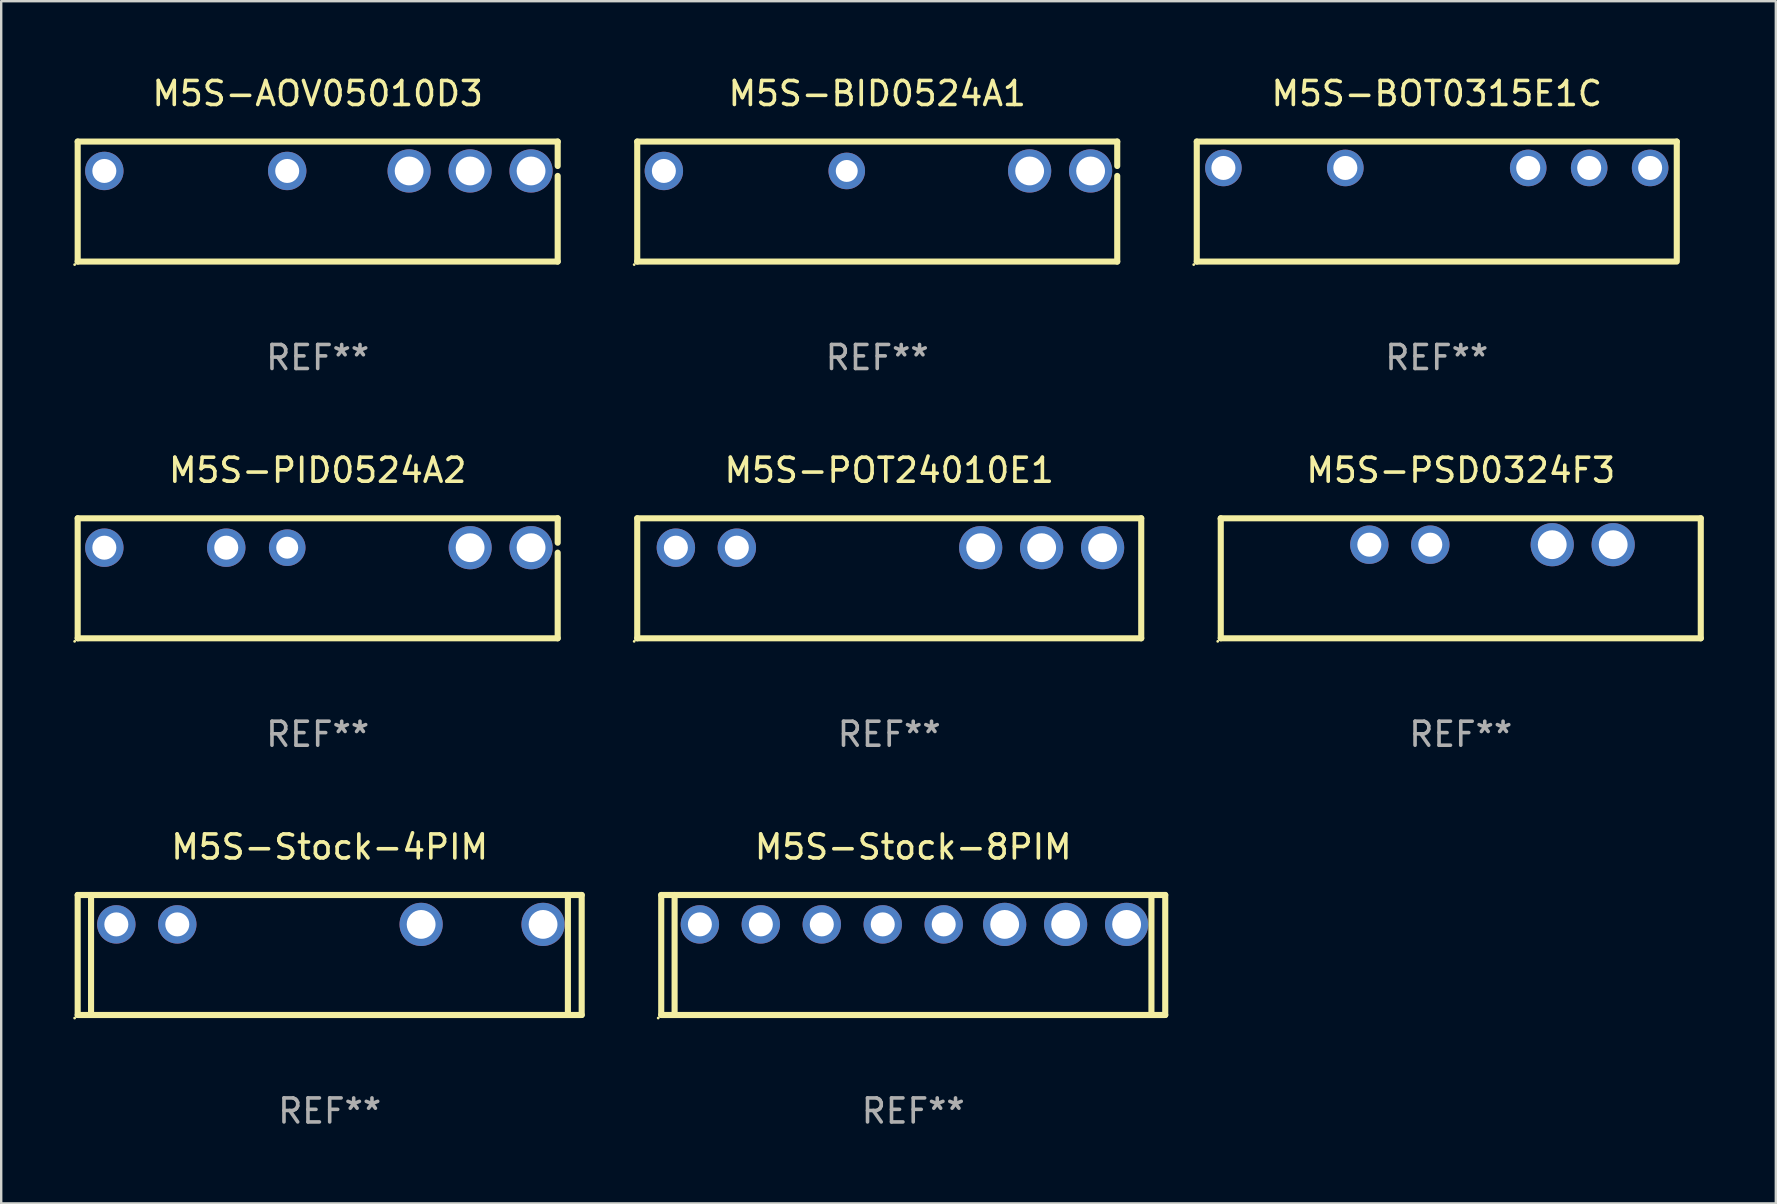
<source format=kicad_pcb>
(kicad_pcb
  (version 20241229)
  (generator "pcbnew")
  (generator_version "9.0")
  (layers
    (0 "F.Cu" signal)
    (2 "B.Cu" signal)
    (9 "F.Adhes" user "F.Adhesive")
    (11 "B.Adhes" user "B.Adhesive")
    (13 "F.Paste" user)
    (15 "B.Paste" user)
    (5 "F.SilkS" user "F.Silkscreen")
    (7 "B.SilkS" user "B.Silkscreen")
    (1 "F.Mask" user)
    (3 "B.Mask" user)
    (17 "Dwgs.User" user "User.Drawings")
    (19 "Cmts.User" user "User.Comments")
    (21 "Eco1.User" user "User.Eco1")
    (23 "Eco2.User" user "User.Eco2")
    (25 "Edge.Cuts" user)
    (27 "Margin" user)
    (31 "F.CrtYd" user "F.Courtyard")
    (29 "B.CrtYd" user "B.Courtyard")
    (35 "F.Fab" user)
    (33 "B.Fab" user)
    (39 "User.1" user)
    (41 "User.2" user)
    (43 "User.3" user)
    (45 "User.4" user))
  (footprint "M5S-BOT0315E1C"
    (layer "F.Cu")
    (at 56.815 5.348)
    (property "Reference" "M5S-BOT0315E1C" (at 0 -4.5 0) (layer "F.SilkS") (effects (font (size 1 1) (thickness 0.15))))
    (attr through_hole)
    (fp_line (start -10 -2.5) (end -10 2.5) (stroke (width 0.254) (type solid)) (layer "F.SilkS"))
    (fp_line (start -10 -2.5) (end 10 -2.5) (stroke (width 0.254) (type solid)) (layer "F.SilkS"))
    (fp_line (start -10 2.5) (end 9.906 2.5) (stroke (width 0.254) (type solid)) (layer "F.SilkS"))
    (fp_line (start 10 -2.5) (end 10 2.5) (stroke (width 0.254) (type solid)) (layer "F.SilkS"))
    (fp_circle (center -10.127 2.627) (end -10.097 2.627) (stroke (width 0.06) (type solid)) (fill no) (layer "F.SilkS"))
    (fp_text user "REF**" (at 0 6.5 0) (layer "F.Fab") (effects (font (size 1 1) (thickness 0.15))))
    (pad "1" thru_hole circle (at -8.89 -1.4) (size 1.524 1.524) (drill 1) (layers "*.Cu" "*.Mask"))
    (pad "3" thru_hole circle (at -3.81 -1.4) (size 1.524 1.524) (drill 1) (layers "*.Cu" "*.Mask"))
    (pad "6" thru_hole circle (at 3.81 -1.4) (size 1.524 1.524) (drill 1) (layers "*.Cu" "*.Mask"))
    (pad "7" thru_hole circle (at 6.35 -1.4) (size 1.524 1.524) (drill 1) (layers "*.Cu" "*.Mask"))
    (pad "8" thru_hole circle (at 8.89 -1.4) (size 1.524 1.524) (drill 1) (layers "*.Cu" "*.Mask")))
  (footprint "M5S-PID0524A2"
    (layer "F.Cu")
    (at 10.187 21.045)
    (property "Reference" "M5S-PID0524A2" (at 0 -4.5 0) (layer "F.SilkS") (effects (font (size 1 1) (thickness 0.15))))
    (attr through_hole)
    (fp_line (start -10 -2.5) (end 10 -2.5) (stroke (width 0.254) (type solid)) (layer "F.SilkS"))
    (fp_line (start -10 2.5) (end -10 -2.5) (stroke (width 0.254) (type solid)) (layer "F.SilkS"))
    (fp_line (start 10 -2.5) (end 10 -1.482) (stroke (width 0.254) (type solid)) (layer "F.SilkS"))
    (fp_line (start 10 -1.068) (end 10 2.5) (stroke (width 0.254) (type solid)) (layer "F.SilkS"))
    (fp_line (start 10 2.5) (end -10 2.5) (stroke (width 0.254) (type solid)) (layer "F.SilkS"))
    (fp_circle (center -10.127 2.627) (end -10.097 2.627) (stroke (width 0.06) (type solid)) (fill no) (layer "F.SilkS"))
    (fp_text user "REF**" (at 0 6.5 0) (layer "F.Fab") (effects (font (size 1 1) (thickness 0.15))))
    (pad "1" thru_hole circle (at -8.89 -1.275) (size 1.6 1.6) (drill 1) (layers "*.Cu" "*.Mask"))
    (pad "3" thru_hole circle (at -3.81 -1.275) (size 1.6 1.6) (drill 1) (layers "*.Cu" "*.Mask"))
    (pad "4" thru_hole circle (at -1.27 -1.275) (size 1.524 1.524) (drill 0.914) (layers "*.Cu" "*.Mask"))
    (pad "7" thru_hole circle (at 6.35 -1.275) (size 1.8 1.8) (drill 1.2) (layers "*.Cu" "*.Mask"))
    (pad "8" thru_hole circle (at 8.89 -1.275) (size 1.8 1.8) (drill 1.2) (layers "*.Cu" "*.Mask")))
  (footprint "M5S-POT24010E1"
    (layer "F.Cu")
    (at 34.001 21.045)
    (property "Reference" "M5S-POT24010E1" (at 0 -4.5 0) (layer "F.SilkS") (effects (font (size 1 1) (thickness 0.15))))
    (attr through_hole)
    (fp_line (start -10.5 -2.5) (end 10.5 -2.5) (stroke (width 0.254) (type solid)) (layer "F.SilkS"))
    (fp_line (start -10.5 2.5) (end -10.5 -2.5) (stroke (width 0.254) (type solid)) (layer "F.SilkS"))
    (fp_line (start 10.5 -2.5) (end 10.5 2.5) (stroke (width 0.254) (type solid)) (layer "F.SilkS"))
    (fp_line (start 10.5 2.5) (end -10.5 2.5) (stroke (width 0.254) (type solid)) (layer "F.SilkS"))
    (fp_circle (center -10.627 2.627) (end -10.597 2.627) (stroke (width 0.06) (type solid)) (fill no) (layer "F.SilkS"))
    (fp_text user "REF**" (at 0 6.5 0) (layer "F.Fab") (effects (font (size 1 1) (thickness 0.15))))
    (pad "1" thru_hole circle (at -8.89 -1.275) (size 1.6 1.6) (drill 1) (layers "*.Cu" "*.Mask"))
    (pad "2" thru_hole circle (at -6.35 -1.275) (size 1.6 1.6) (drill 1) (layers "*.Cu" "*.Mask"))
    (pad "6" thru_hole circle (at 3.81 -1.275) (size 1.8 1.8) (drill 1.2) (layers "*.Cu" "*.Mask"))
    (pad "7" thru_hole circle (at 6.35 -1.275) (size 1.8 1.8) (drill 1.2) (layers "*.Cu" "*.Mask"))
    (pad "8" thru_hole circle (at 8.89 -1.275) (size 1.8 1.8) (drill 1.2) (layers "*.Cu" "*.Mask")))
  (footprint "M5S-Stock-8PIM"
    (layer "F.Cu")
    (at 35.001 36.741)
    (property "Reference" "M5S-Stock-8PIM" (at 0 -4.5 0) (layer "F.SilkS") (effects (font (size 1 1) (thickness 0.15))))
    (attr through_hole)
    (fp_line (start -10.5 -2.5) (end 10.5 -2.5) (stroke (width 0.254) (type solid)) (layer "F.SilkS"))
    (fp_line (start -10.5 2.5) (end -10.5 -2.5) (stroke (width 0.254) (type solid)) (layer "F.SilkS"))
    (fp_line (start -9.943 -2.5) (end -9.943 2.5) (stroke (width 0.254) (type solid)) (layer "F.SilkS"))
    (fp_line (start 9.925 -2.5) (end 9.925 2.5) (stroke (width 0.254) (type solid)) (layer "F.SilkS"))
    (fp_line (start 10.5 -2.5) (end 10.5 2.5) (stroke (width 0.254) (type solid)) (layer "F.SilkS"))
    (fp_line (start 10.5 2.5) (end -10.5 2.5) (stroke (width 0.254) (type solid)) (layer "F.SilkS"))
    (fp_circle (center -10.627 2.627) (end -10.597 2.627) (stroke (width 0.06) (type solid)) (fill no) (layer "F.SilkS"))
    (fp_text user "REF**" (at 0 6.5 0) (layer "F.Fab") (effects (font (size 1 1) (thickness 0.15))))
    (pad "1" thru_hole circle (at -8.89 -1.275) (size 1.6 1.6) (drill 1) (layers "*.Cu" "*.Mask"))
    (pad "2" thru_hole circle (at -6.35 -1.275) (size 1.6 1.6) (drill 1) (layers "*.Cu" "*.Mask"))
    (pad "3" thru_hole circle (at -3.81 -1.275) (size 1.6 1.6) (drill 1) (layers "*.Cu" "*.Mask"))
    (pad "4" thru_hole circle (at -1.27 -1.275) (size 1.6 1.6) (drill 1) (layers "*.Cu" "*.Mask"))
    (pad "5" thru_hole circle (at 1.27 -1.275) (size 1.6 1.6) (drill 1) (layers "*.Cu" "*.Mask"))
    (pad "6" thru_hole circle (at 3.81 -1.275) (size 1.8 1.8) (drill 1.2) (layers "*.Cu" "*.Mask"))
    (pad "7" thru_hole circle (at 6.35 -1.275) (size 1.8 1.8) (drill 1.2) (layers "*.Cu" "*.Mask"))
    (pad "8" thru_hole circle (at 8.89 -1.275) (size 1.8 1.8) (drill 1.2) (layers "*.Cu" "*.Mask")))
  (footprint "M5S-BID0524A1"
    (layer "F.Cu")
    (at 33.501 5.348)
    (property "Reference" "M5S-BID0524A1" (at 0 -4.5 0) (layer "F.SilkS") (effects (font (size 1 1) (thickness 0.15))))
    (attr through_hole)
    (fp_line (start -10 -2.5) (end 10 -2.5) (stroke (width 0.254) (type solid)) (layer "F.SilkS"))
    (fp_line (start -10 2.5) (end -10 -2.5) (stroke (width 0.254) (type solid)) (layer "F.SilkS"))
    (fp_line (start 10 -2.5) (end 10 -1.482) (stroke (width 0.254) (type solid)) (layer "F.SilkS"))
    (fp_line (start 10 -1.068) (end 10 2.5) (stroke (width 0.254) (type solid)) (layer "F.SilkS"))
    (fp_line (start 10 2.5) (end -10 2.5) (stroke (width 0.254) (type solid)) (layer "F.SilkS"))
    (fp_circle (center -10.127 2.627) (end -10.097 2.627) (stroke (width 0.06) (type solid)) (fill no) (layer "F.SilkS"))
    (fp_text user "REF**" (at 0 6.5 0) (layer "F.Fab") (effects (font (size 1 1) (thickness 0.15))))
    (pad "1" thru_hole circle (at -8.89 -1.275) (size 1.6 1.6) (drill 1) (layers "*.Cu" "*.Mask"))
    (pad "4" thru_hole circle (at -1.27 -1.275) (size 1.524 1.524) (drill 0.914) (layers "*.Cu" "*.Mask"))
    (pad "7" thru_hole circle (at 6.35 -1.275) (size 1.8 1.8) (drill 1.2) (layers "*.Cu" "*.Mask"))
    (pad "8" thru_hole circle (at 8.89 -1.275) (size 1.8 1.8) (drill 1.2) (layers "*.Cu" "*.Mask")))
  (footprint "M5S-AOV05010D3"
    (layer "F.Cu")
    (at 10.187 5.348)
    (property "Reference" "M5S-AOV05010D3" (at 0 -4.5 0) (layer "F.SilkS") (effects (font (size 1 1) (thickness 0.15))))
    (attr through_hole)
    (fp_line (start -10 -2.5) (end 10 -2.5) (stroke (width 0.254) (type solid)) (layer "F.SilkS"))
    (fp_line (start -10 2.5) (end -10 -2.5) (stroke (width 0.254) (type solid)) (layer "F.SilkS"))
    (fp_line (start 10 -2.5) (end 10 -1.482) (stroke (width 0.254) (type solid)) (layer "F.SilkS"))
    (fp_line (start 10 -1.068) (end 10 2.5) (stroke (width 0.254) (type solid)) (layer "F.SilkS"))
    (fp_line (start 10 2.5) (end -10 2.5) (stroke (width 0.254) (type solid)) (layer "F.SilkS"))
    (fp_circle (center -10.127 2.627) (end -10.097 2.627) (stroke (width 0.06) (type solid)) (fill no) (layer "F.SilkS"))
    (fp_text user "REF**" (at 0 6.5 0) (layer "F.Fab") (effects (font (size 1 1) (thickness 0.15))))
    (pad "1" thru_hole circle (at -8.89 -1.275) (size 1.6 1.6) (drill 1) (layers "*.Cu" "*.Mask"))
    (pad "2" thru_hole circle (at -1.27 -1.275) (size 1.6 1.6) (drill 1) (layers "*.Cu" "*.Mask"))
    (pad "6" thru_hole circle (at 3.81 -1.275) (size 1.8 1.8) (drill 1.2) (layers "*.Cu" "*.Mask"))
    (pad "7" thru_hole circle (at 6.35 -1.275) (size 1.8 1.8) (drill 1.2) (layers "*.Cu" "*.Mask"))
    (pad "8" thru_hole circle (at 8.89 -1.275) (size 1.8 1.8) (drill 1.2) (layers "*.Cu" "*.Mask")))
  (footprint "M5S-Stock-4PIM"
    (layer "F.Cu")
    (at 10.687 36.741)
    (property "Reference" "M5S-Stock-4PIM" (at 0 -4.5 0) (layer "F.SilkS") (effects (font (size 1 1) (thickness 0.15))))
    (attr through_hole)
    (fp_line (start -10.5 -2.5) (end 10.5 -2.5) (stroke (width 0.254) (type solid)) (layer "F.SilkS"))
    (fp_line (start -10.5 2.5) (end -10.5 -2.5) (stroke (width 0.254) (type solid)) (layer "F.SilkS"))
    (fp_line (start -9.943 -2.5) (end -9.943 2.5) (stroke (width 0.254) (type solid)) (layer "F.SilkS"))
    (fp_line (start 9.925 -2.5) (end 9.925 2.5) (stroke (width 0.254) (type solid)) (layer "F.SilkS"))
    (fp_line (start 10.5 -2.5) (end 10.5 2.5) (stroke (width 0.254) (type solid)) (layer "F.SilkS"))
    (fp_line (start 10.5 2.5) (end -10.5 2.5) (stroke (width 0.254) (type solid)) (layer "F.SilkS"))
    (fp_circle (center -10.627 2.627) (end -10.597 2.627) (stroke (width 0.06) (type solid)) (fill no) (layer "F.SilkS"))
    (fp_text user "REF**" (at 0 6.5 0) (layer "F.Fab") (effects (font (size 1 1) (thickness 0.15))))
    (pad "1" thru_hole circle (at -8.89 -1.275) (size 1.6 1.6) (drill 1) (layers "*.Cu" "*.Mask"))
    (pad "2" thru_hole circle (at -6.35 -1.275) (size 1.6 1.6) (drill 1) (layers "*.Cu" "*.Mask"))
    (pad "6" thru_hole circle (at 3.81 -1.275) (size 1.8 1.8) (drill 1.2) (layers "*.Cu" "*.Mask"))
    (pad "8" thru_hole circle (at 8.89 -1.275) (size 1.8 1.8) (drill 1.2) (layers "*.Cu" "*.Mask")))
  (footprint "M5S-PSD0324F3"
    (layer "F.Cu")
    (at 57.815 21.045)
    (property "Reference" "M5S-PSD0324F3" (at 0 -4.5 0) (layer "F.SilkS") (effects (font (size 1 1) (thickness 0.15))))
    (attr through_hole)
    (fp_line (start -10 -2.5) (end 10 -2.5) (stroke (width 0.254) (type solid)) (layer "F.SilkS"))
    (fp_line (start -10 2.5) (end 10 2.5) (stroke (width 0.254) (type solid)) (layer "F.SilkS"))
    (fp_line (start -10 -2.5) (end -10 -2.48) (stroke (width 0.254) (type solid)) (layer "F.SilkS"))
    (fp_line (start -10 -2.48) (end -10 2.499) (stroke (width 0.254) (type solid)) (layer "F.SilkS"))
    (fp_line (start 10 -2.5) (end 10 2.5) (stroke (width 0.254) (type solid)) (layer "F.SilkS"))
    (fp_circle (center -10.127 2.627) (end -10.097 2.627) (stroke (width 0.06) (type solid)) (fill no) (layer "F.SilkS"))
    (fp_text user "REF**" (at 0 6.5 0) (layer "F.Fab") (effects (font (size 1 1) (thickness 0.15))))
    (pad "3" thru_hole circle (at -3.81 -1.4) (size 1.6 1.6) (drill 1) (layers "*.Cu" "*.Mask"))
    (pad "4" thru_hole circle (at -1.27 -1.4) (size 1.6 1.6) (drill 1) (layers "*.Cu" "*.Mask"))
    (pad "6" thru_hole circle (at 3.81 -1.4) (size 1.8 1.8) (drill 1.2) (layers "*.Cu" "*.Mask"))
    (pad "7" thru_hole circle (at 6.35 -1.4) (size 1.8 1.8) (drill 1.2) (layers "*.Cu" "*.Mask")))
  (gr_rect
    (start -3 -3)
    (end 70.942 47.09)
    (stroke (width 0.1) (type default))
    (fill no)
    (layer "Edge.Cuts")))
</source>
